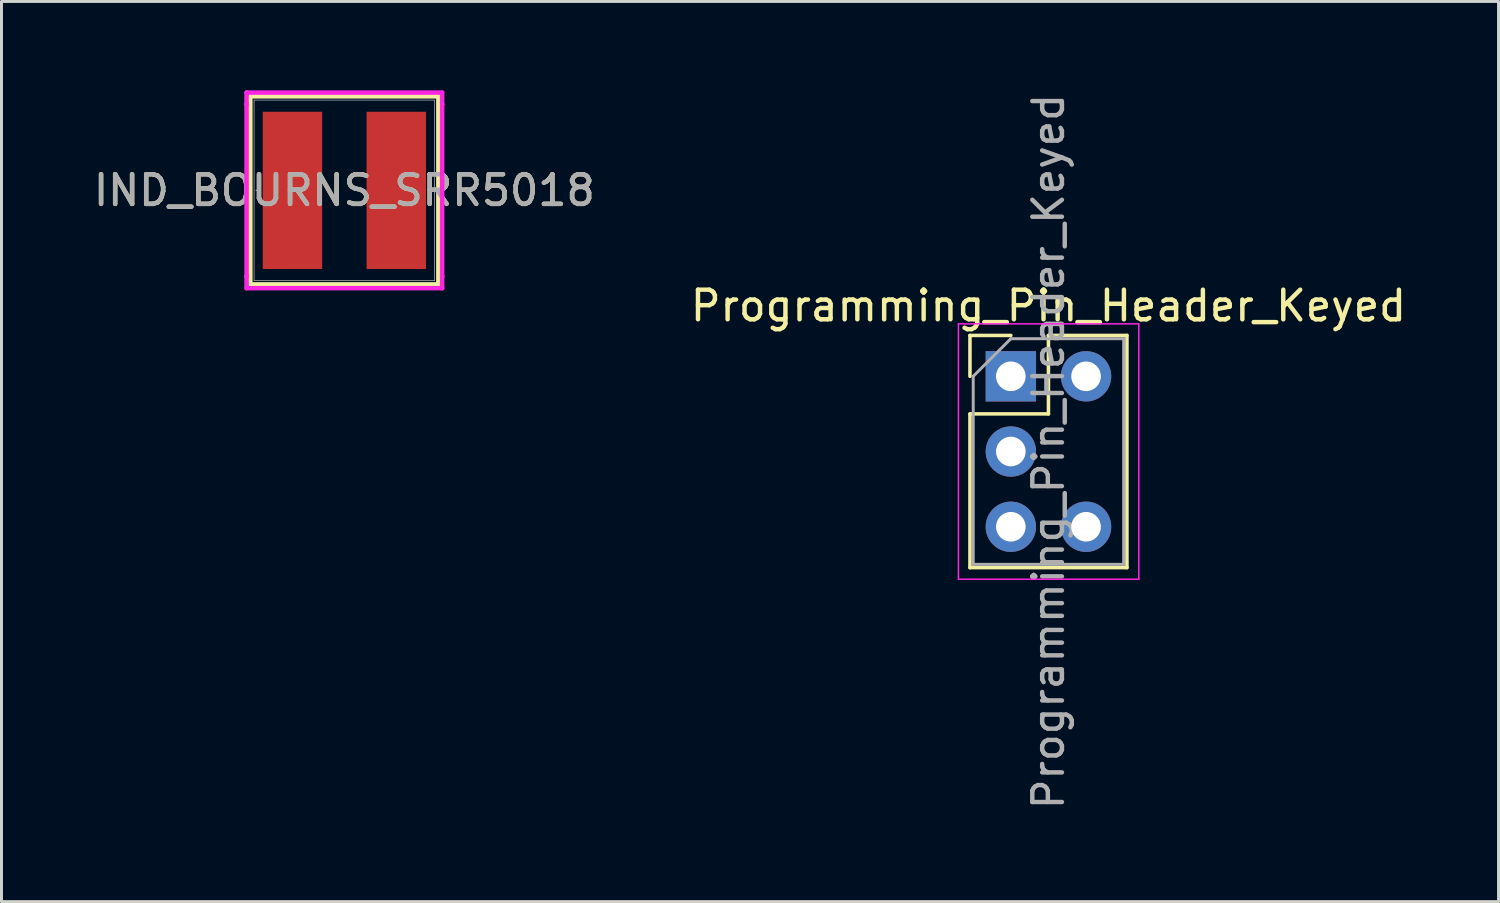
<source format=kicad_pcb>
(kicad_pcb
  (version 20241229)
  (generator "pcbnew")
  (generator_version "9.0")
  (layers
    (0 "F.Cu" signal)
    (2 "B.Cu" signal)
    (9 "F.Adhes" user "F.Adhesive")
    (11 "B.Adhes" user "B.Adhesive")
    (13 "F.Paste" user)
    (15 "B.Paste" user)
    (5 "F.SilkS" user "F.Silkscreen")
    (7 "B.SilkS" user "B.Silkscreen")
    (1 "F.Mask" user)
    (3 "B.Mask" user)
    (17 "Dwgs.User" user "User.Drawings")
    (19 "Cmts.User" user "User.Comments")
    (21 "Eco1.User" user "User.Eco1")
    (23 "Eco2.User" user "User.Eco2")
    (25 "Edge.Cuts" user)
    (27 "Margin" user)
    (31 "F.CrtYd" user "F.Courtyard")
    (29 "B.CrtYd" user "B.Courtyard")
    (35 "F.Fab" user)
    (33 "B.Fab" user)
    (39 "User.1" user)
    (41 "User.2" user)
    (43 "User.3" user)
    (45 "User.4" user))
  (footprint "IND_BOURNS_SRR5018"
    (layer "F.Cu")
    (at 8.577 3.378)
    (property "Reference" "IND_BOURNS_SRR5018" (at 0 0 0) (unlocked yes) (layer "F.SilkS") (effects (font (size 1 1) (thickness 0.15))))
    (attr smd)
    (fp_line (start -3.175 -3.175) (end -3.175 3.175) (stroke (width 0.152) (type solid)) (layer "F.SilkS"))
    (fp_line (start -3.175 3.175) (end 3.175 3.175) (stroke (width 0.152) (type solid)) (layer "F.SilkS"))
    (fp_line (start 3.175 -3.175) (end -3.175 -3.175) (stroke (width 0.152) (type solid)) (layer "F.SilkS"))
    (fp_line (start 3.175 3.175) (end 3.175 -3.175) (stroke (width 0.152) (type solid)) (layer "F.SilkS"))
    (fp_line (start -3.302 -3.302) (end 3.302 -3.302) (stroke (width 0.152) (type solid)) (layer "F.CrtYd"))
    (fp_line (start -3.302 -2.908) (end -3.302 -3.302) (stroke (width 0.152) (type solid)) (layer "F.CrtYd"))
    (fp_line (start -3.302 -2.908) (end -3.302 -2.908) (stroke (width 0.152) (type solid)) (layer "F.CrtYd"))
    (fp_line (start -3.302 2.908) (end -3.302 -2.908) (stroke (width 0.152) (type solid)) (layer "F.CrtYd"))
    (fp_line (start -3.302 2.908) (end -3.302 2.908) (stroke (width 0.152) (type solid)) (layer "F.CrtYd"))
    (fp_line (start -3.302 3.302) (end -3.302 2.908) (stroke (width 0.152) (type solid)) (layer "F.CrtYd"))
    (fp_line (start 3.302 -3.302) (end 3.302 -2.908) (stroke (width 0.152) (type solid)) (layer "F.CrtYd"))
    (fp_line (start 3.302 -2.908) (end 3.302 -2.908) (stroke (width 0.152) (type solid)) (layer "F.CrtYd"))
    (fp_line (start 3.302 -2.908) (end 3.302 2.908) (stroke (width 0.152) (type solid)) (layer "F.CrtYd"))
    (fp_line (start 3.302 2.908) (end 3.302 2.908) (stroke (width 0.152) (type solid)) (layer "F.CrtYd"))
    (fp_line (start 3.302 2.908) (end 3.302 3.302) (stroke (width 0.152) (type solid)) (layer "F.CrtYd"))
    (fp_line (start 3.302 3.302) (end -3.302 3.302) (stroke (width 0.152) (type solid)) (layer "F.CrtYd"))
    (fp_line (start -3.048 -3.048) (end -3.048 3.048) (stroke (width 0.025) (type solid)) (layer "F.Fab"))
    (fp_line (start -3.048 3.048) (end 3.048 3.048) (stroke (width 0.025) (type solid)) (layer "F.Fab"))
    (fp_line (start 3.048 -3.048) (end -3.048 -3.048) (stroke (width 0.025) (type solid)) (layer "F.Fab"))
    (fp_line (start 3.048 3.048) (end 3.048 -3.048) (stroke (width 0.025) (type solid)) (layer "F.Fab"))
    (fp_circle (center -2.972 0) (end -2.972 0) (stroke (width 0.025) (type solid)) (fill no) (layer "F.Fab"))
    (fp_text user "${REFERENCE}" (at 0 0 0) (unlocked yes) (layer "F.Fab") (effects (font (size 1 1) (thickness 0.15))))
    (pad "1" smd rect (at -1.753 0) (size 2.007 5.309) (layers "F.Cu" "F.Mask" "F.Paste"))
    (pad "2" smd rect (at 1.753 0) (size 2.007 5.309) (layers "F.Cu" "F.Mask" "F.Paste"))
    (zone (net_name "") (layer "F.Cu") (hatch full 0.508) (connect_pads) (min_thickness 0.254) (filled_areas_thickness no) (keepout (tracks not_allowed) (vias not_allowed) (pads allowed) (copperpour not_allowed) (footprints allowed)) (placement (enabled no)) (fill) (polygon (pts (xy 7.879 0.381) (xy 9.276 0.381) (xy 9.276 6.375) (xy 7.879 6.375)))))
  (footprint "Programming_Pin_Header_Keyed"
    (layer "F.Cu")
    (at 31.081 9.656)
    (property "Reference" "Programming_Pin_Header_Keyed" (at 1.27 -2.38 0) (layer "F.SilkS") (effects (font (size 1 1) (thickness 0.15))))
    (attr through_hole)
    (fp_line (start -1.38 -1.38) (end 0 -1.38) (stroke (width 0.12) (type solid)) (layer "F.SilkS"))
    (fp_line (start -1.38 0) (end -1.38 -1.38) (stroke (width 0.12) (type solid)) (layer "F.SilkS"))
    (fp_line (start -1.38 1.27) (end -1.38 6.46) (stroke (width 0.12) (type solid)) (layer "F.SilkS"))
    (fp_line (start -1.38 1.27) (end 1.27 1.27) (stroke (width 0.12) (type solid)) (layer "F.SilkS"))
    (fp_line (start -1.38 6.46) (end 3.92 6.46) (stroke (width 0.12) (type solid)) (layer "F.SilkS"))
    (fp_line (start 1.27 -1.38) (end 3.92 -1.38) (stroke (width 0.12) (type solid)) (layer "F.SilkS"))
    (fp_line (start 1.27 1.27) (end 1.27 -1.38) (stroke (width 0.12) (type solid)) (layer "F.SilkS"))
    (fp_line (start 3.92 -1.38) (end 3.92 6.46) (stroke (width 0.12) (type solid)) (layer "F.SilkS"))
    (fp_line (start -1.77 -1.77) (end -1.77 6.85) (stroke (width 0.05) (type solid)) (layer "F.CrtYd"))
    (fp_line (start -1.77 6.85) (end 4.32 6.85) (stroke (width 0.05) (type solid)) (layer "F.CrtYd"))
    (fp_line (start 4.32 -1.77) (end -1.77 -1.77) (stroke (width 0.05) (type solid)) (layer "F.CrtYd"))
    (fp_line (start 4.32 6.85) (end 4.32 -1.77) (stroke (width 0.05) (type solid)) (layer "F.CrtYd"))
    (fp_line (start -1.27 0) (end 0 -1.27) (stroke (width 0.1) (type solid)) (layer "F.Fab"))
    (fp_line (start -1.27 6.35) (end -1.27 0) (stroke (width 0.1) (type solid)) (layer "F.Fab"))
    (fp_line (start 0 -1.27) (end 3.81 -1.27) (stroke (width 0.1) (type solid)) (layer "F.Fab"))
    (fp_line (start 3.81 -1.27) (end 3.81 6.35) (stroke (width 0.1) (type solid)) (layer "F.Fab"))
    (fp_line (start 3.81 6.35) (end -1.27 6.35) (stroke (width 0.1) (type solid)) (layer "F.Fab"))
    (fp_text user "${REFERENCE}" (at 1.27 2.54 90) (layer "F.Fab") (effects (font (size 1 1) (thickness 0.15))))
    (pad "1" thru_hole rect (at 0 0) (size 1.7 1.7) (drill 1) (layers "*.Cu" "*.Mask"))
    (pad "2" thru_hole circle (at 2.54 0) (size 1.7 1.7) (drill 1) (layers "*.Cu" "*.Mask"))
    (pad "3" thru_hole circle (at 0 2.54) (size 1.7 1.7) (drill 1) (layers "*.Cu" "*.Mask"))
    (pad "4" thru_hole circle (at 0 5.08) (size 1.7 1.7) (drill 1) (layers "*.Cu" "*.Mask"))
    (pad "5" thru_hole circle (at 2.54 5.08) (size 1.7 1.7) (drill 1) (layers "*.Cu" "*.Mask")))
  (gr_rect
    (start -3 -3)
    (end 47.548 27.393)
    (stroke (width 0.1) (type default))
    (fill no)
    (layer "Edge.Cuts")))
</source>
